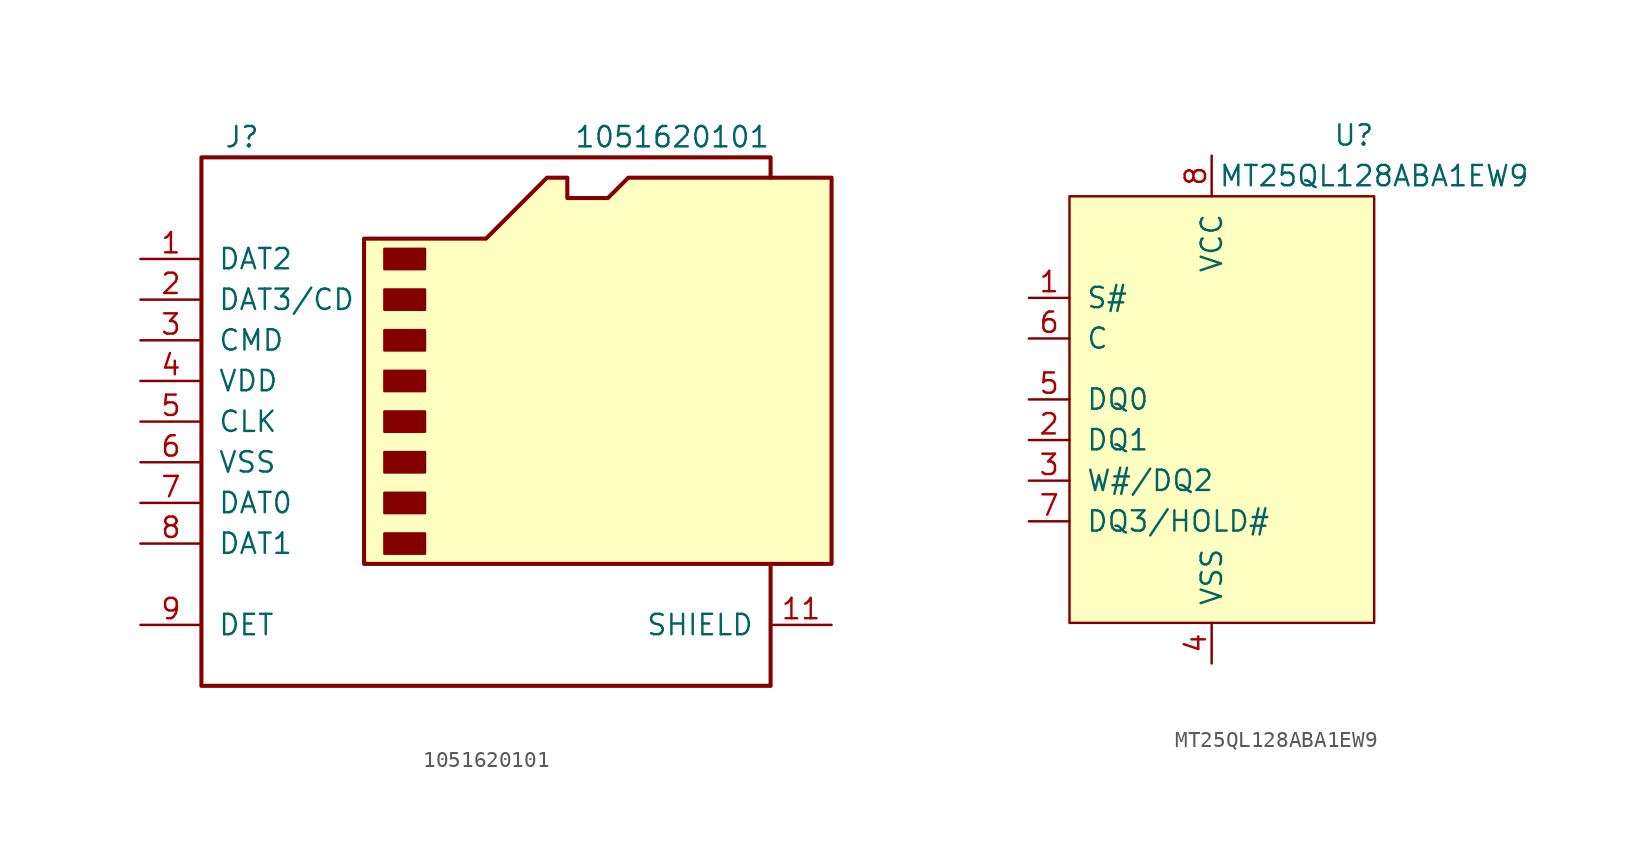
<source format=kicad_sym>
(kicad_symbol_lib
  (version 20211014)
  (generator kicad_symbol_editor)
  (symbol "1051620101"
    (pin_names
      (offset 1.016))
    (property "Reference" "J"
      (at -16.51 17.78 0)
      (effects (font (size 1.27 1.27))))
    (property "Value" "1051620101"
      (at 16.51 17.78 0)
      (effects (font (size 1.27 1.27)) (justify right)))
    (symbol "1051620101_0_1"
      (rectangle (start -7.62 -6.985) (end -5.08 -8.255) (stroke (width 0) (type default) (color 0 0 0 0)) (fill (type outline)))
      (rectangle (start -7.62 -4.445) (end -5.08 -5.715) (stroke (width 0) (type default) (color 0 0 0 0)) (fill (type outline)))
      (rectangle (start -7.62 -1.905) (end -5.08 -3.175) (stroke (width 0) (type default) (color 0 0 0 0)) (fill (type outline)))
      (rectangle (start -7.62 0.635) (end -5.08 -0.635) (stroke (width 0) (type default) (color 0 0 0 0)) (fill (type outline)))
      (rectangle (start -7.62 3.175) (end -5.08 1.905) (stroke (width 0) (type default) (color 0 0 0 0)) (fill (type outline)))
      (rectangle (start -7.62 5.715) (end -5.08 4.445) (stroke (width 0) (type default) (color 0 0 0 0)) (fill (type outline)))
      (rectangle (start -7.62 8.255) (end -5.08 6.985) (stroke (width 0) (type default) (color 0 0 0 0)) (fill (type outline)))
      (rectangle (start -7.62 10.795) (end -5.08 9.525) (stroke (width 0) (type default) (color 0 0 0 0)) (fill (type outline)))
      (polyline (pts (xy 16.51 15.24) (xy 16.51 16.51) (xy -19.05 16.51) (xy -19.05 -16.51) (xy 16.51 -16.51) (xy 16.51 -8.89)) (stroke (width 0.254) (type default) (color 0 0 0 0)) (fill (type none)))
      (polyline (pts (xy -8.89 -8.89) (xy -8.89 11.43) (xy -1.27 11.43) (xy 2.54 15.24) (xy 3.81 15.24) (xy 3.81 13.97) (xy 6.35 13.97) (xy 7.62 15.24) (xy 20.32 15.24) (xy 20.32 -8.89) (xy -8.89 -8.89)) (stroke (width 0.254) (type default) (color 0 0 0 0)) (fill (type background))))
    (symbol "1051620101_1_1"
      (pin bidirectional line (at -22.86 10.16 0) (length 3.81) (name "DAT2" (effects (font (size 1.27 1.27)))) (number "1" (effects (font (size 1.27 1.27)))))
      (pin passive line (at 20.32 -12.7 180) (length 3.81) (name "SHIELD" (effects (font (size 1.27 1.27)))) (number "11" (effects (font (size 1.27 1.27)))))
      (pin bidirectional line (at -22.86 7.62 0) (length 3.81) (name "DAT3/CD" (effects (font (size 1.27 1.27)))) (number "2" (effects (font (size 1.27 1.27)))))
      (pin input line (at -22.86 5.08 0) (length 3.81) (name "CMD" (effects (font (size 1.27 1.27)))) (number "3" (effects (font (size 1.27 1.27)))))
      (pin power_in line (at -22.86 2.54 0) (length 3.81) (name "VDD" (effects (font (size 1.27 1.27)))) (number "4" (effects (font (size 1.27 1.27)))))
      (pin input line (at -22.86 0 0) (length 3.81) (name "CLK" (effects (font (size 1.27 1.27)))) (number "5" (effects (font (size 1.27 1.27)))))
      (pin power_in line (at -22.86 -2.54 0) (length 3.81) (name "VSS" (effects (font (size 1.27 1.27)))) (number "6" (effects (font (size 1.27 1.27)))))
      (pin bidirectional line (at -22.86 -5.08 0) (length 3.81) (name "DAT0" (effects (font (size 1.27 1.27)))) (number "7" (effects (font (size 1.27 1.27)))))
      (pin bidirectional line (at -22.86 -7.62 0) (length 3.81) (name "DAT1" (effects (font (size 1.27 1.27)))) (number "8" (effects (font (size 1.27 1.27)))))
      (pin passive line (at -22.86 -12.7 0) (length 3.81) (name "DET" (effects (font (size 1.27 1.27)))) (number "9" (effects (font (size 1.27 1.27)))))))
  (symbol "MT25QL128ABA1EW9"
    (pin_names
      (offset 1.016))
    (property "Reference" "U"
      (at 8.89 16.51 0)
      (effects (font (size 1.27 1.27))))
    (property "Value" "MT25QL128ABA1EW9"
      (at 10.16 13.97 0)
      (effects (font (size 1.27 1.27))))
    (symbol "MT25QL128ABA1EW9_0_0"
      (pin input line (at -11.43 6.35 0) (length 2.54) (name "S#" (effects (font (size 1.27 1.27)))) (number "1" (effects (font (size 1.27 1.27)))))
      (pin input line (at -11.43 -2.54 0) (length 2.54) (name "DQ1" (effects (font (size 1.27 1.27)))) (number "2" (effects (font (size 1.27 1.27)))))
      (pin input line (at -11.43 -5.08 0) (length 2.54) (name "W#/DQ2" (effects (font (size 1.27 1.27)))) (number "3" (effects (font (size 1.27 1.27)))))
      (pin power_in line (at 0 -16.51 90) (length 2.54) (name "VSS" (effects (font (size 1.27 1.27)))) (number "4" (effects (font (size 1.27 1.27)))))
      (pin input line (at -11.43 0 0) (length 2.54) (name "DQ0" (effects (font (size 1.27 1.27)))) (number "5" (effects (font (size 1.27 1.27)))))
      (pin input line (at -11.43 3.81 0) (length 2.54) (name "C" (effects (font (size 1.27 1.27)))) (number "6" (effects (font (size 1.27 1.27)))))
      (pin input line (at -11.43 -7.62 0) (length 2.54) (name "DQ3/HOLD#" (effects (font (size 1.27 1.27)))) (number "7" (effects (font (size 1.27 1.27)))))
      (pin power_in line (at 0 15.24 270) (length 2.54) (name "VCC" (effects (font (size 1.27 1.27)))) (number "8" (effects (font (size 1.27 1.27)))))
      (pin passive line (at 0 -16.51 90) (length 2.54) hide (name "VSS" (effects (font (size 1.27 1.27)))) (number "9" (effects (font (size 1.27 1.27))))))
    (symbol "MT25QL128ABA1EW9_0_1"
      (rectangle (start -8.89 12.7) (end 10.16 -13.97) (stroke (width 0) (type default) (color 0 0 0 0)) (fill (type background))))))
</source>
